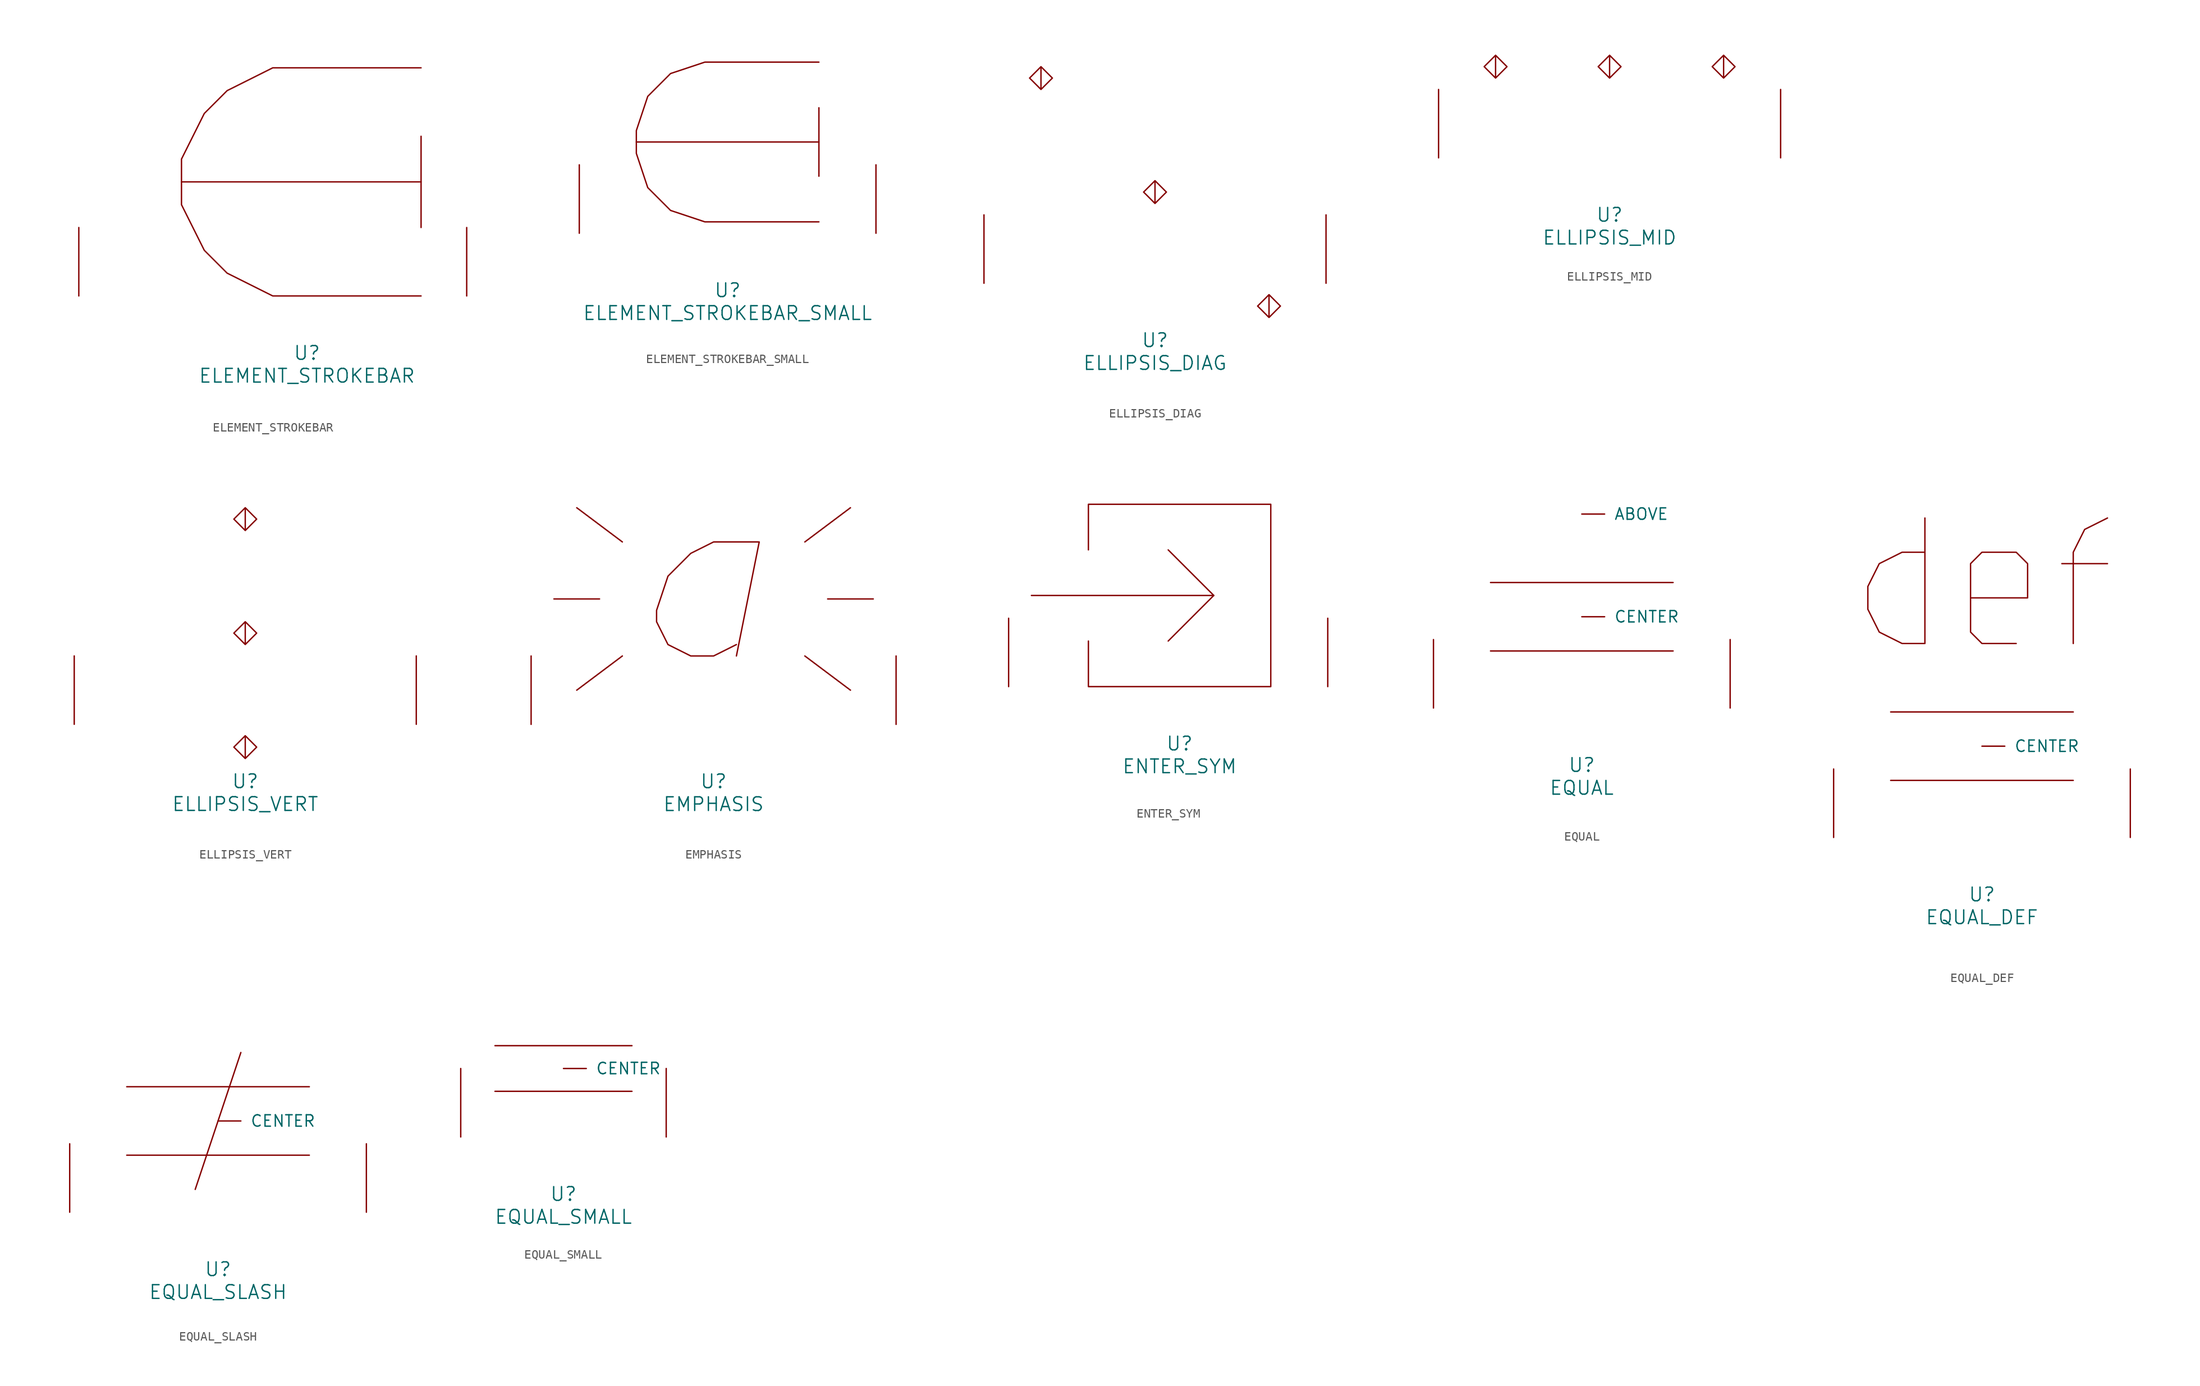
<source format=kicad_sym>
(kicad_symbol_lib
  (version 20220914)
  (generator font_lib2sym)
  (symbol "ELEMENT_STROKEBAR"
    (pin_names
      (offset 1.016))
    (property "Reference" "U"
      (at 0 -6.35 0)
      (effects (font (size 1.524 1.524))))
    (property "Value" "ELEMENT_STROKEBAR"
      (at 0 -8.89 0)
      (effects (font (size 1.524 1.524))))
    (symbol "ELEMENT_STROKEBAR_0_1"
      (polyline (pts (xy -13.97 12.7) (xy 12.7 12.7)) (stroke (width 0) (type solid)) (fill (type none)))
      (polyline (pts (xy 12.7 17.78) (xy 12.7 7.62)) (stroke (width 0) (type solid)) (fill (type none)))
      (polyline (pts (xy 12.7 25.4) (xy -3.81 25.4) (xy -8.89 22.86) (xy -11.43 20.32) (xy -13.97 15.24) (xy -13.97 10.16) (xy -11.43 5.08) (xy -8.89 2.54) (xy -3.81 0) (xy 12.7 0)) (stroke (width 0) (type solid)) (fill (type none)))
      (pin input line (at -25.4 0 90) (length 7.62) (name "~" (effects (font (size 1.27 1.27)))) (number "~" (effects (font (size 1.27 1.27)))))
      (pin input line (at 17.78 0 90) (length 7.62) (name "~" (effects (font (size 1.27 1.27)))) (number "~" (effects (font (size 1.27 1.27)))))))
  (symbol "ELEMENT_STROKEBAR_SMALL"
    (pin_names
      (offset 1.016))
    (property "Reference" "U"
      (at 0 -6.35 0)
      (effects (font (size 1.524 1.524))))
    (property "Value" "ELEMENT_STROKEBAR_SMALL"
      (at 0 -8.89 0)
      (effects (font (size 1.524 1.524))))
    (symbol "ELEMENT_STROKEBAR_SMALL_0_1"
      (polyline (pts (xy -10.16 10.16) (xy 10.16 10.16)) (stroke (width 0) (type solid)) (fill (type none)))
      (polyline (pts (xy 10.16 13.97) (xy 10.16 6.35)) (stroke (width 0) (type solid)) (fill (type none)))
      (polyline (pts (xy 10.16 1.27) (xy -2.54 1.27) (xy -6.35 2.54) (xy -8.89 5.08) (xy -10.16 8.89) (xy -10.16 11.43) (xy -8.89 15.24) (xy -6.35 17.78) (xy -2.54 19.05) (xy 10.16 19.05)) (stroke (width 0) (type solid)) (fill (type none)))
      (pin input line (at -16.51 0 90) (length 7.62) (name "~" (effects (font (size 1.27 1.27)))) (number "~" (effects (font (size 1.27 1.27)))))
      (pin input line (at 16.51 0 90) (length 7.62) (name "~" (effects (font (size 1.27 1.27)))) (number "~" (effects (font (size 1.27 1.27)))))))
  (symbol "ELLIPSIS_DIAG"
    (pin_names
      (offset 1.016))
    (property "Reference" "U"
      (at 0 -6.35 0)
      (effects (font (size 1.524 1.524))))
    (property "Value" "ELLIPSIS_DIAG"
      (at 0 -8.89 0)
      (effects (font (size 1.524 1.524))))
    (symbol "ELLIPSIS_DIAG_0_1"
      (polyline (pts (xy -12.7 24.13) (xy -11.43 22.86) (xy -12.7 21.59) (xy -13.97 22.86) (xy -12.7 24.13) (xy -12.7 21.59)) (stroke (width 0) (type solid)) (fill (type none)))
      (polyline (pts (xy 0 11.43) (xy 1.27 10.16) (xy 0 8.89) (xy -1.27 10.16) (xy 0 11.43) (xy 0 8.89)) (stroke (width 0) (type solid)) (fill (type none)))
      (polyline (pts (xy 12.7 -1.27) (xy 13.97 -2.54) (xy 12.7 -3.81) (xy 11.43 -2.54) (xy 12.7 -1.27) (xy 12.7 -3.81)) (stroke (width 0) (type solid)) (fill (type none)))
      (pin input line (at -19.05 0 90) (length 7.62) (name "~" (effects (font (size 1.27 1.27)))) (number "~" (effects (font (size 1.27 1.27)))))
      (pin input line (at 19.05 0 90) (length 7.62) (name "~" (effects (font (size 1.27 1.27)))) (number "~" (effects (font (size 1.27 1.27)))))))
  (symbol "ELLIPSIS_MID"
    (pin_names
      (offset 1.016))
    (property "Reference" "U"
      (at 0 -6.35 0)
      (effects (font (size 1.524 1.524))))
    (property "Value" "ELLIPSIS_MID"
      (at 0 -8.89 0)
      (effects (font (size 1.524 1.524))))
    (symbol "ELLIPSIS_MID_0_1"
      (polyline (pts (xy -12.7 11.43) (xy -11.43 10.16) (xy -12.7 8.89) (xy -13.97 10.16) (xy -12.7 11.43) (xy -12.7 8.89)) (stroke (width 0) (type solid)) (fill (type none)))
      (polyline (pts (xy 0 11.43) (xy 1.27 10.16) (xy 0 8.89) (xy -1.27 10.16) (xy 0 11.43) (xy 0 8.89)) (stroke (width 0) (type solid)) (fill (type none)))
      (polyline (pts (xy 12.7 11.43) (xy 13.97 10.16) (xy 12.7 8.89) (xy 11.43 10.16) (xy 12.7 11.43) (xy 12.7 8.89)) (stroke (width 0) (type solid)) (fill (type none)))
      (pin input line (at -19.05 0 90) (length 7.62) (name "~" (effects (font (size 1.27 1.27)))) (number "~" (effects (font (size 1.27 1.27)))))
      (pin input line (at 19.05 0 90) (length 7.62) (name "~" (effects (font (size 1.27 1.27)))) (number "~" (effects (font (size 1.27 1.27)))))))
  (symbol "ELLIPSIS_VERT"
    (pin_names
      (offset 1.016))
    (property "Reference" "U"
      (at 0 -6.35 0)
      (effects (font (size 1.524 1.524))))
    (property "Value" "ELLIPSIS_VERT"
      (at 0 -8.89 0)
      (effects (font (size 1.524 1.524))))
    (symbol "ELLIPSIS_VERT_0_1"
      (polyline (pts (xy 0 -1.27) (xy 1.27 -2.54) (xy 0 -3.81) (xy -1.27 -2.54) (xy 0 -1.27) (xy 0 -3.81)) (stroke (width 0) (type solid)) (fill (type none)))
      (polyline (pts (xy 0 11.43) (xy 1.27 10.16) (xy 0 8.89) (xy -1.27 10.16) (xy 0 11.43) (xy 0 8.89)) (stroke (width 0) (type solid)) (fill (type none)))
      (polyline (pts (xy 0 24.13) (xy 1.27 22.86) (xy 0 21.59) (xy -1.27 22.86) (xy 0 24.13) (xy 0 21.59)) (stroke (width 0) (type solid)) (fill (type none)))
      (pin input line (at -19.05 0 90) (length 7.62) (name "~" (effects (font (size 1.27 1.27)))) (number "~" (effects (font (size 1.27 1.27)))))
      (pin input line (at 19.05 0 90) (length 7.62) (name "~" (effects (font (size 1.27 1.27)))) (number "~" (effects (font (size 1.27 1.27)))))))
  (symbol "EMPHASIS"
    (pin_names
      (offset 1.016))
    (property "Reference" "U"
      (at 0 -6.35 0)
      (effects (font (size 1.524 1.524))))
    (property "Value" "EMPHASIS"
      (at 0 -8.89 0)
      (effects (font (size 1.524 1.524))))
    (symbol "EMPHASIS_0_1"
      (polyline (pts (xy -12.7 13.97) (xy -17.78 13.97)) (stroke (width 0) (type solid)) (fill (type none)))
      (polyline (pts (xy -10.16 7.62) (xy -15.24 3.81)) (stroke (width 0) (type solid)) (fill (type none)))
      (polyline (pts (xy -10.16 20.32) (xy -15.24 24.13)) (stroke (width 0) (type solid)) (fill (type none)))
      (polyline (pts (xy 15.24 3.81) (xy 10.16 7.62)) (stroke (width 0) (type solid)) (fill (type none)))
      (polyline (pts (xy 15.24 24.13) (xy 10.16 20.32)) (stroke (width 0) (type solid)) (fill (type none)))
      (polyline (pts (xy 17.78 13.97) (xy 12.7 13.97)) (stroke (width 0) (type solid)) (fill (type none)))
      (polyline (pts (xy 2.54 8.89) (xy 0 7.62) (xy -2.54 7.62) (xy -5.08 8.89) (xy -6.35 11.43) (xy -6.35 12.7) (xy -5.08 16.51) (xy -2.54 19.05) (xy 0 20.32) (xy 5.08 20.32) (xy 2.54 7.62)) (stroke (width 0) (type solid)) (fill (type none)))
      (pin input line (at -20.32 0 90) (length 7.62) (name "~" (effects (font (size 1.27 1.27)))) (number "~" (effects (font (size 1.27 1.27)))))
      (pin input line (at 20.32 0 90) (length 7.62) (name "~" (effects (font (size 1.27 1.27)))) (number "~" (effects (font (size 1.27 1.27)))))))
  (symbol "ENTER_SYM"
    (pin_names
      (offset 1.016))
    (property "Reference" "U"
      (at 0 -6.35 0)
      (effects (font (size 1.524 1.524))))
    (property "Value" "ENTER_SYM"
      (at 0 -8.89 0)
      (effects (font (size 1.524 1.524))))
    (symbol "ENTER_SYM_0_1"
      (polyline (pts (xy -16.51 10.16) (xy 3.81 10.16)) (stroke (width 0) (type solid)) (fill (type none)))
      (polyline (pts (xy -1.27 5.08) (xy 3.81 10.16) (xy -1.27 15.24)) (stroke (width 0) (type solid)) (fill (type none)))
      (polyline (pts (xy -10.16 5.08) (xy -10.16 0) (xy 10.16 0) (xy 10.16 20.32) (xy -10.16 20.32) (xy -10.16 15.24)) (stroke (width 0) (type solid)) (fill (type none)))
      (pin input line (at -19.05 0 90) (length 7.62) (name "~" (effects (font (size 1.27 1.27)))) (number "~" (effects (font (size 1.27 1.27)))))
      (pin input line (at 16.51 0 90) (length 7.62) (name "~" (effects (font (size 1.27 1.27)))) (number "~" (effects (font (size 1.27 1.27)))))))
  (symbol "EQUAL"
    (pin_names
      (offset 1.016))
    (property "Reference" "U"
      (at 0 -6.35 0)
      (effects (font (size 1.524 1.524))))
    (property "Value" "EQUAL"
      (at 0 -8.89 0)
      (effects (font (size 1.524 1.524))))
    (symbol "EQUAL_0_1"
      (polyline (pts (xy -10.16 13.97) (xy 10.16 13.97)) (stroke (width 0) (type solid)) (fill (type none)))
      (polyline (pts (xy 10.16 6.35) (xy -10.16 6.35)) (stroke (width 0) (type solid)) (fill (type none)))
      (pin input line (at 0 21.59 0) (length 2.54) (name "ABOVE" (effects (font (size 1.27 1.27)))) (number "~" (effects (font (size 1.27 1.27)))))
      (pin input line (at 0 10.16 0) (length 2.54) (name "CENTER" (effects (font (size 1.27 1.27)))) (number "~" (effects (font (size 1.27 1.27)))))
      (pin input line (at -16.51 0 90) (length 7.62) (name "~" (effects (font (size 1.27 1.27)))) (number "~" (effects (font (size 1.27 1.27)))))
      (pin input line (at 16.51 0 90) (length 7.62) (name "~" (effects (font (size 1.27 1.27)))) (number "~" (effects (font (size 1.27 1.27)))))))
  (symbol "EQUAL_DEF"
    (pin_names
      (offset 1.016))
    (property "Reference" "U"
      (at 0 -6.35 0)
      (effects (font (size 1.524 1.524))))
    (property "Value" "EQUAL_DEF"
      (at 0 -8.89 0)
      (effects (font (size 1.524 1.524))))
    (symbol "EQUAL_DEF_0_1"
      (polyline (pts (xy -10.16 13.97) (xy 10.16 13.97)) (stroke (width 0) (type solid)) (fill (type none)))
      (polyline (pts (xy 8.89 30.48) (xy 13.97 30.48)) (stroke (width 0) (type solid)) (fill (type none)))
      (polyline (pts (xy 10.16 6.35) (xy -10.16 6.35)) (stroke (width 0) (type solid)) (fill (type none)))
      (polyline (pts (xy 13.97 35.56) (xy 11.43 34.29) (xy 10.16 31.75) (xy 10.16 21.59)) (stroke (width 0) (type solid)) (fill (type none)))
      (polyline (pts (xy -6.35 35.56) (xy -6.35 21.59) (xy -8.89 21.59) (xy -11.43 22.86) (xy -12.7 25.4) (xy -12.7 27.94) (xy -11.43 30.48) (xy -8.89 31.75) (xy -6.35 31.75)) (stroke (width 0) (type solid)) (fill (type none)))
      (polyline (pts (xy -1.27 26.67) (xy 5.08 26.67) (xy 5.08 30.48) (xy 3.81 31.75) (xy 0 31.75) (xy -1.27 30.48) (xy -1.27 22.86) (xy 0 21.59) (xy 3.81 21.59)) (stroke (width 0) (type solid)) (fill (type none)))
      (pin input line (at 0 10.16 0) (length 2.54) (name "CENTER" (effects (font (size 1.27 1.27)))) (number "~" (effects (font (size 1.27 1.27)))))
      (pin input line (at -16.51 0 90) (length 7.62) (name "~" (effects (font (size 1.27 1.27)))) (number "~" (effects (font (size 1.27 1.27)))))
      (pin input line (at 16.51 0 90) (length 7.62) (name "~" (effects (font (size 1.27 1.27)))) (number "~" (effects (font (size 1.27 1.27)))))))
  (symbol "EQUAL_SLASH"
    (pin_names
      (offset 1.016))
    (property "Reference" "U"
      (at 0 -6.35 0)
      (effects (font (size 1.524 1.524))))
    (property "Value" "EQUAL_SLASH"
      (at 0 -8.89 0)
      (effects (font (size 1.524 1.524))))
    (symbol "EQUAL_SLASH_0_1"
      (polyline (pts (xy -10.16 13.97) (xy 10.16 13.97)) (stroke (width 0) (type solid)) (fill (type none)))
      (polyline (pts (xy 2.54 17.78) (xy -2.54 2.54)) (stroke (width 0) (type solid)) (fill (type none)))
      (polyline (pts (xy 10.16 6.35) (xy -10.16 6.35)) (stroke (width 0) (type solid)) (fill (type none)))
      (pin input line (at 0 10.16 0) (length 2.54) (name "CENTER" (effects (font (size 1.27 1.27)))) (number "~" (effects (font (size 1.27 1.27)))))
      (pin input line (at -16.51 0 90) (length 7.62) (name "~" (effects (font (size 1.27 1.27)))) (number "~" (effects (font (size 1.27 1.27)))))
      (pin input line (at 16.51 0 90) (length 7.62) (name "~" (effects (font (size 1.27 1.27)))) (number "~" (effects (font (size 1.27 1.27)))))))
  (symbol "EQUAL_SMALL"
    (pin_names
      (offset 1.016))
    (property "Reference" "U"
      (at 0 -6.35 0)
      (effects (font (size 1.524 1.524))))
    (property "Value" "EQUAL_SMALL"
      (at 0 -8.89 0)
      (effects (font (size 1.524 1.524))))
    (symbol "EQUAL_SMALL_0_1"
      (polyline (pts (xy -7.62 5.08) (xy 7.62 5.08)) (stroke (width 0) (type solid)) (fill (type none)))
      (polyline (pts (xy -7.62 10.16) (xy 7.62 10.16)) (stroke (width 0) (type solid)) (fill (type none)))
      (pin input line (at 0 7.62 0) (length 2.54) (name "CENTER" (effects (font (size 1.27 1.27)))) (number "~" (effects (font (size 1.27 1.27)))))
      (pin input line (at -11.43 0 90) (length 7.62) (name "~" (effects (font (size 1.27 1.27)))) (number "~" (effects (font (size 1.27 1.27)))))
      (pin input line (at 11.43 0 90) (length 7.62) (name "~" (effects (font (size 1.27 1.27)))) (number "~" (effects (font (size 1.27 1.27))))))))
</source>
